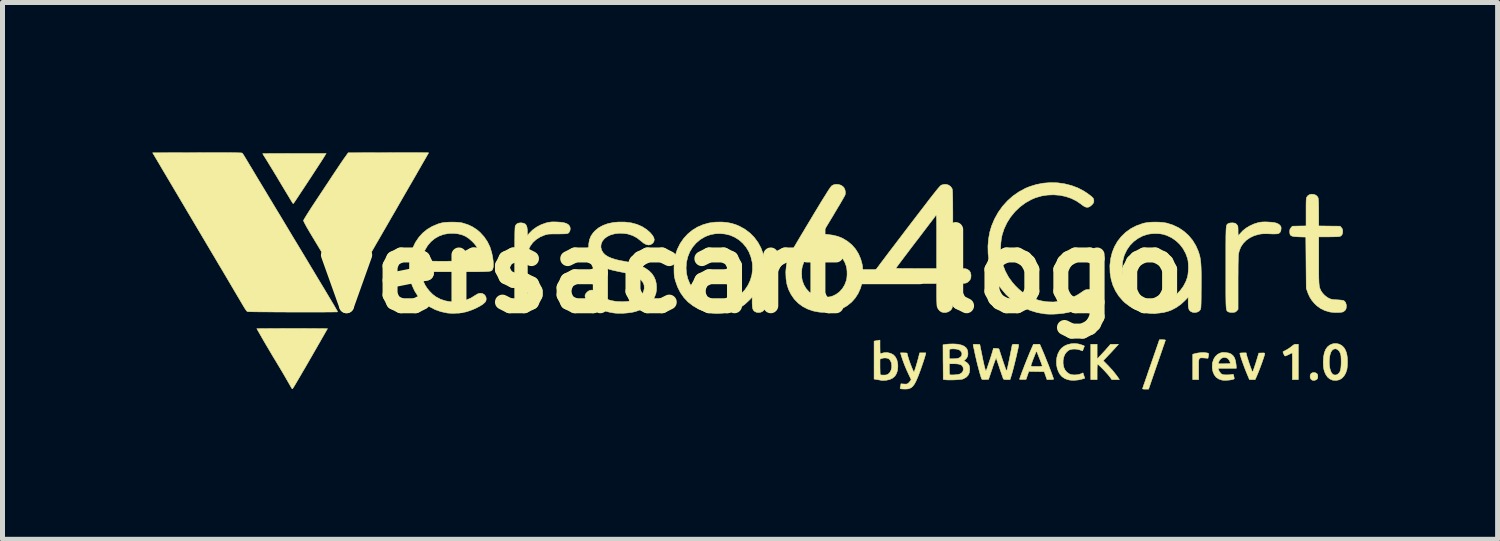
<source format=kicad_pcb>
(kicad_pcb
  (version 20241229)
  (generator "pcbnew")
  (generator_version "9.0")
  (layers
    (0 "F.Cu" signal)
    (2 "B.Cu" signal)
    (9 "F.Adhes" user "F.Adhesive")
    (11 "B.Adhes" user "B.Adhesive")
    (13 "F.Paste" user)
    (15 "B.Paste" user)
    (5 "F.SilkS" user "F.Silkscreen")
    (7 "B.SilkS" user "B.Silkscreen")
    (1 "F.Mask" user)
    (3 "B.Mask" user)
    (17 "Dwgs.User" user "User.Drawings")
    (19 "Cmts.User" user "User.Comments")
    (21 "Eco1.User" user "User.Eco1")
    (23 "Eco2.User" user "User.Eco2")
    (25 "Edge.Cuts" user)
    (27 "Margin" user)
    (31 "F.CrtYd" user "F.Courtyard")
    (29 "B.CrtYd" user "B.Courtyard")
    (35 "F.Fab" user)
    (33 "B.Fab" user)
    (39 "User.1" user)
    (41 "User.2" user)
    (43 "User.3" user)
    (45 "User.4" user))
  (footprint "versacart-logo"
    (layer "F.Cu")
    (at 11.978 2.38)
    (property "Reference" "versacart-logo" (at 0 0 0) (layer "F.SilkS") (effects (font (size 1.524 1.524) (thickness 0.3))))
    (attr through_hole)
    (fp_poly (pts (xy 11.297 2.03) (xy 11.31 2.035) (xy 11.334 2.053) (xy 11.346 2.075) (xy 11.348 2.105) (xy 11.345 2.138) (xy 11.332 2.159) (xy 11.311 2.173) (xy 11.278 2.185) (xy 11.245 2.181) (xy 11.233 2.177) (xy 11.211 2.159) (xy 11.197 2.131) (xy 11.194 2.097) (xy 11.201 2.065) (xy 11.208 2.053) (xy 11.231 2.034) (xy 11.263 2.026) (xy 11.297 2.03)) (stroke (width 0.01) (type solid)) (fill yes) (layer "F.SilkS"))
    (fp_poly (pts (xy 9.084 1.628) (xy 9.124 1.633) (xy 9.148 1.638) (xy 9.161 1.646) (xy 9.164 1.658) (xy 9.162 1.678) (xy 9.159 1.692) (xy 9.15 1.741) (xy 9.076 1.735) (xy 9.042 1.733) (xy 9.015 1.732) (xy 8.995 1.735) (xy 8.981 1.743) (xy 8.971 1.759) (xy 8.966 1.784) (xy 8.963 1.821) (xy 8.963 1.872) (xy 8.963 1.938) (xy 8.963 1.96) (xy 8.963 2.168) (xy 8.845 2.168) (xy 8.845 1.661) (xy 8.874 1.652) (xy 8.916 1.641) (xy 8.965 1.633) (xy 9.016 1.628) (xy 9.061 1.626) (xy 9.084 1.628)) (stroke (width 0.01) (type solid)) (fill yes) (layer "F.SilkS"))
    (fp_poly (pts (xy 8.274 1.371) (xy 8.293 1.374) (xy 8.298 1.38) (xy 8.298 1.381) (xy 8.294 1.392) (xy 8.285 1.418) (xy 8.272 1.458) (xy 8.253 1.51) (xy 8.232 1.573) (xy 8.207 1.646) (xy 8.179 1.726) (xy 8.149 1.813) (xy 8.127 1.876) (xy 7.961 2.359) (xy 7.898 2.359) (xy 7.864 2.358) (xy 7.845 2.355) (xy 7.84 2.349) (xy 7.84 2.347) (xy 7.844 2.337) (xy 7.853 2.311) (xy 7.866 2.271) (xy 7.885 2.218) (xy 7.907 2.155) (xy 7.932 2.082) (xy 7.959 2.002) (xy 7.989 1.916) (xy 8.011 1.853) (xy 8.178 1.37) (xy 8.24 1.37) (xy 8.274 1.371)) (stroke (width 0.01) (type solid)) (fill yes) (layer "F.SilkS"))
    (fp_poly (pts (xy 10.958 2.168) (xy 10.84 2.168) (xy 10.84 1.9) (xy 10.84 1.833) (xy 10.84 1.772) (xy 10.839 1.719) (xy 10.838 1.677) (xy 10.837 1.648) (xy 10.836 1.634) (xy 10.836 1.633) (xy 10.826 1.637) (xy 10.804 1.647) (xy 10.775 1.661) (xy 10.768 1.665) (xy 10.736 1.68) (xy 10.71 1.691) (xy 10.694 1.696) (xy 10.693 1.696) (xy 10.685 1.689) (xy 10.674 1.671) (xy 10.663 1.648) (xy 10.654 1.627) (xy 10.651 1.612) (xy 10.652 1.61) (xy 10.661 1.605) (xy 10.681 1.594) (xy 10.71 1.579) (xy 10.718 1.575) (xy 10.757 1.552) (xy 10.797 1.525) (xy 10.828 1.501) (xy 10.856 1.479) (xy 10.877 1.466) (xy 10.897 1.461) (xy 10.917 1.46) (xy 10.958 1.46) (xy 10.958 2.168)) (stroke (width 0.01) (type solid)) (fill yes) (layer "F.SilkS"))
    (fp_poly (pts (xy 6.931 1.608) (xy 6.931 1.755) (xy 7.013 1.669) (xy 7.049 1.63) (xy 7.088 1.588) (xy 7.122 1.549) (xy 7.146 1.522) (xy 7.198 1.462) (xy 7.279 1.461) (xy 7.359 1.46) (xy 7.292 1.535) (xy 7.259 1.571) (xy 7.218 1.616) (xy 7.175 1.661) (xy 7.139 1.699) (xy 7.053 1.789) (xy 7.149 1.886) (xy 7.243 1.987) (xy 7.324 2.09) (xy 7.361 2.143) (xy 7.377 2.168) (xy 7.225 2.168) (xy 7.184 2.111) (xy 7.165 2.087) (xy 7.138 2.055) (xy 7.106 2.02) (xy 7.072 1.983) (xy 7.037 1.947) (xy 7.004 1.914) (xy 6.975 1.887) (xy 6.954 1.868) (xy 6.941 1.86) (xy 6.941 1.86) (xy 6.937 1.867) (xy 6.934 1.889) (xy 6.932 1.928) (xy 6.931 1.983) (xy 6.931 2.014) (xy 6.931 2.168) (xy 6.804 2.168) (xy 6.804 1.46) (xy 6.931 1.46) (xy 6.931 1.608)) (stroke (width 0.01) (type solid)) (fill yes) (layer "F.SilkS"))
    (fp_poly (pts (xy -9.085 1.144) (xy -8.97 1.144) (xy -8.865 1.145) (xy -8.827 1.145) (xy -8.473 1.148) (xy -8.72 1.579) (xy -8.784 1.69) (xy -8.845 1.796) (xy -8.903 1.897) (xy -8.958 1.99) (xy -9.007 2.075) (xy -9.052 2.151) (xy -9.09 2.216) (xy -9.122 2.27) (xy -9.146 2.31) (xy -9.163 2.337) (xy -9.167 2.343) (xy -9.175 2.352) (xy -9.182 2.35) (xy -9.192 2.336) (xy -9.201 2.321) (xy -9.213 2.299) (xy -9.232 2.266) (xy -9.256 2.224) (xy -9.283 2.178) (xy -9.299 2.15) (xy -9.324 2.106) (xy -9.356 2.051) (xy -9.394 1.987) (xy -9.435 1.919) (xy -9.476 1.85) (xy -9.514 1.787) (xy -9.558 1.715) (xy -9.606 1.634) (xy -9.655 1.551) (xy -9.703 1.47) (xy -9.746 1.397) (xy -9.772 1.352) (xy -9.888 1.148) (xy -9.534 1.145) (xy -9.435 1.145) (xy -9.323 1.144) (xy -9.205 1.144) (xy -9.085 1.144)) (stroke (width 0.01) (type solid)) (fill yes) (layer "F.SilkS"))
    (fp_poly (pts (xy 9.92 1.662) (xy 9.926 1.687) (xy 9.936 1.722) (xy 9.95 1.765) (xy 9.965 1.812) (xy 9.981 1.86) (xy 9.997 1.906) (xy 10.013 1.948) (xy 10.026 1.983) (xy 10.035 2.006) (xy 10.041 2.017) (xy 10.042 2.017) (xy 10.049 2.003) (xy 10.06 1.975) (xy 10.074 1.934) (xy 10.091 1.884) (xy 10.11 1.826) (xy 10.129 1.764) (xy 10.133 1.751) (xy 10.167 1.637) (xy 10.227 1.635) (xy 10.261 1.634) (xy 10.28 1.637) (xy 10.287 1.643) (xy 10.287 1.644) (xy 10.284 1.662) (xy 10.275 1.695) (xy 10.261 1.739) (xy 10.243 1.791) (xy 10.223 1.849) (xy 10.2 1.91) (xy 10.177 1.971) (xy 10.154 2.029) (xy 10.132 2.082) (xy 10.117 2.116) (xy 10.094 2.168) (xy 9.98 2.168) (xy 9.937 2.066) (xy 9.913 2.008) (xy 9.889 1.946) (xy 9.865 1.883) (xy 9.843 1.822) (xy 9.823 1.765) (xy 9.807 1.715) (xy 9.795 1.676) (xy 9.789 1.649) (xy 9.788 1.64) (xy 9.796 1.637) (xy 9.818 1.634) (xy 9.849 1.633) (xy 9.851 1.633) (xy 9.914 1.633) (xy 9.92 1.662)) (stroke (width 0.01) (type solid)) (fill yes) (layer "F.SilkS"))
    (fp_poly (pts (xy -8.551 -2.275) (xy -8.563 -2.256) (xy -8.584 -2.224) (xy -8.611 -2.181) (xy -8.645 -2.13) (xy -8.684 -2.07) (xy -8.726 -2.005) (xy -8.772 -1.935) (xy -8.819 -1.863) (xy -8.867 -1.79) (xy -8.915 -1.717) (xy -8.961 -1.647) (xy -9.005 -1.581) (xy -9.045 -1.52) (xy -9.08 -1.467) (xy -9.11 -1.422) (xy -9.133 -1.388) (xy -9.148 -1.366) (xy -9.153 -1.358) (xy -9.163 -1.358) (xy -9.168 -1.363) (xy -9.175 -1.373) (xy -9.19 -1.397) (xy -9.212 -1.433) (xy -9.24 -1.48) (xy -9.274 -1.537) (xy -9.313 -1.601) (xy -9.355 -1.671) (xy -9.4 -1.746) (xy -9.448 -1.826) (xy -9.495 -1.905) (xy -9.541 -1.981) (xy -9.584 -2.052) (xy -9.623 -2.115) (xy -9.656 -2.169) (xy -9.682 -2.212) (xy -9.696 -2.234) (xy -9.722 -2.275) (xy -9.743 -2.309) (xy -9.76 -2.336) (xy -9.769 -2.352) (xy -9.77 -2.354) (xy -9.761 -2.355) (xy -9.736 -2.356) (xy -9.695 -2.356) (xy -9.64 -2.357) (xy -9.573 -2.357) (xy -9.496 -2.358) (xy -9.408 -2.358) (xy -9.313 -2.358) (xy -9.212 -2.359) (xy -9.135 -2.359) (xy -8.5 -2.359) (xy -8.551 -2.275)) (stroke (width 0.01) (type solid)) (fill yes) (layer "F.SilkS"))
    (fp_poly (pts (xy 6.558 1.454) (xy 6.631 1.476) (xy 6.638 1.479) (xy 6.677 1.496) (xy 6.659 1.544) (xy 6.649 1.57) (xy 6.642 1.588) (xy 6.64 1.593) (xy 6.633 1.591) (xy 6.613 1.584) (xy 6.593 1.576) (xy 6.542 1.562) (xy 6.487 1.556) (xy 6.432 1.559) (xy 6.386 1.57) (xy 6.371 1.576) (xy 6.325 1.61) (xy 6.289 1.657) (xy 6.264 1.714) (xy 6.251 1.779) (xy 6.25 1.848) (xy 6.263 1.919) (xy 6.265 1.924) (xy 6.29 1.978) (xy 6.328 2.022) (xy 6.376 2.055) (xy 6.417 2.069) (xy 6.466 2.074) (xy 6.521 2.072) (xy 6.575 2.063) (xy 6.619 2.047) (xy 6.622 2.046) (xy 6.648 2.032) (xy 6.666 2.086) (xy 6.684 2.141) (xy 6.625 2.159) (xy 6.566 2.173) (xy 6.501 2.18) (xy 6.437 2.182) (xy 6.381 2.177) (xy 6.368 2.174) (xy 6.332 2.164) (xy 6.297 2.152) (xy 6.282 2.145) (xy 6.23 2.11) (xy 6.188 2.063) (xy 6.155 2.005) (xy 6.132 1.939) (xy 6.119 1.869) (xy 6.117 1.796) (xy 6.125 1.724) (xy 6.145 1.656) (xy 6.176 1.593) (xy 6.218 1.54) (xy 6.272 1.498) (xy 6.336 1.468) (xy 6.408 1.451) (xy 6.483 1.446) (xy 6.558 1.454)) (stroke (width 0.01) (type solid)) (fill yes) (layer "F.SilkS"))
    (fp_poly (pts (xy 2.585 1.515) (xy 2.586 1.568) (xy 2.586 1.606) (xy 2.588 1.63) (xy 2.591 1.644) (xy 2.595 1.648) (xy 2.598 1.648) (xy 2.663 1.63) (xy 2.725 1.626) (xy 2.738 1.628) (xy 2.801 1.643) (xy 2.854 1.672) (xy 2.894 1.715) (xy 2.923 1.771) (xy 2.939 1.84) (xy 2.943 1.9) (xy 2.937 1.978) (xy 2.917 2.044) (xy 2.884 2.098) (xy 2.838 2.138) (xy 2.78 2.166) (xy 2.71 2.181) (xy 2.688 2.182) (xy 2.653 2.184) (xy 2.625 2.184) (xy 2.609 2.183) (xy 2.608 2.183) (xy 2.595 2.179) (xy 2.57 2.175) (xy 2.537 2.169) (xy 2.533 2.168) (xy 2.467 2.157) (xy 2.467 1.759) (xy 2.585 1.759) (xy 2.585 1.912) (xy 2.586 1.963) (xy 2.587 2.008) (xy 2.588 2.043) (xy 2.59 2.065) (xy 2.591 2.071) (xy 2.603 2.074) (xy 2.627 2.077) (xy 2.658 2.077) (xy 2.697 2.076) (xy 2.724 2.07) (xy 2.748 2.058) (xy 2.75 2.057) (xy 2.783 2.025) (xy 2.806 1.981) (xy 2.819 1.931) (xy 2.82 1.879) (xy 2.812 1.828) (xy 2.791 1.784) (xy 2.768 1.756) (xy 2.742 1.742) (xy 2.705 1.735) (xy 2.664 1.735) (xy 2.627 1.742) (xy 2.619 1.745) (xy 2.585 1.759) (xy 2.467 1.759) (xy 2.467 1.398) (xy 2.492 1.393) (xy 2.519 1.388) (xy 2.549 1.383) (xy 2.551 1.383) (xy 2.585 1.377) (xy 2.585 1.515)) (stroke (width 0.01) (type solid)) (fill yes) (layer "F.SilkS"))
    (fp_poly (pts (xy 3.098 1.634) (xy 3.119 1.636) (xy 3.128 1.641) (xy 3.13 1.646) (xy 3.133 1.665) (xy 3.141 1.695) (xy 3.153 1.735) (xy 3.167 1.78) (xy 3.184 1.828) (xy 3.202 1.876) (xy 3.219 1.921) (xy 3.236 1.961) (xy 3.25 1.992) (xy 3.26 2.012) (xy 3.266 2.017) (xy 3.266 2.017) (xy 3.272 2.005) (xy 3.281 1.979) (xy 3.294 1.941) (xy 3.308 1.895) (xy 3.323 1.844) (xy 3.338 1.792) (xy 3.352 1.74) (xy 3.358 1.717) (xy 3.379 1.633) (xy 3.503 1.633) (xy 3.497 1.662) (xy 3.489 1.691) (xy 3.477 1.733) (xy 3.46 1.785) (xy 3.44 1.845) (xy 3.419 1.907) (xy 3.397 1.97) (xy 3.375 2.029) (xy 3.356 2.081) (xy 3.339 2.123) (xy 3.307 2.196) (xy 3.277 2.253) (xy 3.246 2.296) (xy 3.214 2.326) (xy 3.178 2.345) (xy 3.137 2.355) (xy 3.089 2.357) (xy 3.088 2.357) (xy 3.053 2.356) (xy 3.022 2.354) (xy 3.004 2.352) (xy 2.989 2.345) (xy 2.988 2.334) (xy 2.993 2.317) (xy 2.998 2.291) (xy 2.999 2.286) (xy 3.005 2.252) (xy 3.065 2.256) (xy 3.099 2.258) (xy 3.122 2.256) (xy 3.139 2.249) (xy 3.151 2.24) (xy 3.174 2.218) (xy 3.193 2.193) (xy 3.209 2.167) (xy 3.152 2.047) (xy 3.114 1.964) (xy 3.077 1.875) (xy 3.044 1.787) (xy 3.017 1.707) (xy 3.009 1.68) (xy 2.995 1.633) (xy 3.062 1.633) (xy 3.098 1.634)) (stroke (width 0.01) (type solid)) (fill yes) (layer "F.SilkS"))
    (fp_poly (pts (xy 5.83 1.567) (xy 5.853 1.62) (xy 5.878 1.68) (xy 5.904 1.745) (xy 5.931 1.812) (xy 5.958 1.879) (xy 5.983 1.944) (xy 6.006 2.004) (xy 6.026 2.058) (xy 6.042 2.103) (xy 6.054 2.136) (xy 6.059 2.156) (xy 6.06 2.159) (xy 6.051 2.164) (xy 6.028 2.167) (xy 5.995 2.168) (xy 5.994 2.168) (xy 5.928 2.168) (xy 5.9 2.089) (xy 5.872 2.009) (xy 5.564 2.004) (xy 5.536 2.084) (xy 5.509 2.164) (xy 5.444 2.166) (xy 5.407 2.166) (xy 5.385 2.164) (xy 5.379 2.159) (xy 5.383 2.145) (xy 5.392 2.116) (xy 5.407 2.076) (xy 5.425 2.025) (xy 5.448 1.966) (xy 5.473 1.902) (xy 5.477 1.892) (xy 5.606 1.892) (xy 5.609 1.898) (xy 5.62 1.901) (xy 5.642 1.904) (xy 5.677 1.905) (xy 5.72 1.905) (xy 5.77 1.905) (xy 5.804 1.903) (xy 5.824 1.9) (xy 5.832 1.895) (xy 5.833 1.894) (xy 5.829 1.882) (xy 5.82 1.856) (xy 5.807 1.82) (xy 5.79 1.775) (xy 5.775 1.738) (xy 5.718 1.593) (xy 5.689 1.662) (xy 5.669 1.713) (xy 5.649 1.763) (xy 5.632 1.81) (xy 5.618 1.849) (xy 5.609 1.877) (xy 5.606 1.892) (xy 5.477 1.892) (xy 5.499 1.835) (xy 5.526 1.767) (xy 5.553 1.701) (xy 5.579 1.638) (xy 5.603 1.581) (xy 5.624 1.532) (xy 5.625 1.531) (xy 5.656 1.461) (xy 5.72 1.461) (xy 5.783 1.46) (xy 5.83 1.567)) (stroke (width 0.01) (type solid)) (fill yes) (layer "F.SilkS"))
    (fp_poly (pts (xy 11.773 1.457) (xy 11.826 1.484) (xy 11.87 1.526) (xy 11.896 1.568) (xy 11.918 1.62) (xy 11.932 1.676) (xy 11.94 1.741) (xy 11.942 1.814) (xy 11.941 1.862) (xy 11.938 1.909) (xy 11.933 1.948) (xy 11.93 1.968) (xy 11.905 2.041) (xy 11.87 2.099) (xy 11.827 2.143) (xy 11.776 2.172) (xy 11.717 2.184) (xy 11.653 2.18) (xy 11.64 2.177) (xy 11.59 2.156) (xy 11.545 2.119) (xy 11.509 2.067) (xy 11.505 2.059) (xy 11.484 2.012) (xy 11.47 1.965) (xy 11.461 1.912) (xy 11.458 1.848) (xy 11.457 1.811) (xy 11.458 1.804) (xy 11.577 1.804) (xy 11.579 1.873) (xy 11.588 1.936) (xy 11.603 1.99) (xy 11.623 2.033) (xy 11.648 2.062) (xy 11.65 2.063) (xy 11.683 2.076) (xy 11.719 2.074) (xy 11.753 2.056) (xy 11.755 2.054) (xy 11.777 2.032) (xy 11.793 2.005) (xy 11.804 1.97) (xy 11.811 1.925) (xy 11.815 1.866) (xy 11.816 1.814) (xy 11.815 1.757) (xy 11.813 1.715) (xy 11.81 1.683) (xy 11.805 1.658) (xy 11.799 1.64) (xy 11.777 1.599) (xy 11.747 1.569) (xy 11.714 1.553) (xy 11.699 1.551) (xy 11.662 1.559) (xy 11.632 1.583) (xy 11.608 1.623) (xy 11.591 1.679) (xy 11.582 1.733) (xy 11.577 1.804) (xy 11.458 1.804) (xy 11.463 1.714) (xy 11.479 1.632) (xy 11.505 1.565) (xy 11.542 1.513) (xy 11.59 1.475) (xy 11.647 1.452) (xy 11.653 1.45) (xy 11.715 1.445) (xy 11.773 1.457)) (stroke (width 0.01) (type solid)) (fill yes) (layer "F.SilkS"))
    (fp_poly (pts (xy 9.497 1.626) (xy 9.561 1.635) (xy 9.613 1.656) (xy 9.653 1.69) (xy 9.683 1.736) (xy 9.702 1.798) (xy 9.713 1.871) (xy 9.718 1.941) (xy 9.351 1.941) (xy 9.358 1.962) (xy 9.377 2.006) (xy 9.407 2.043) (xy 9.419 2.054) (xy 9.435 2.063) (xy 9.454 2.069) (xy 9.482 2.072) (xy 9.522 2.073) (xy 9.523 2.073) (xy 9.563 2.072) (xy 9.6 2.07) (xy 9.626 2.066) (xy 9.631 2.065) (xy 9.65 2.062) (xy 9.659 2.066) (xy 9.664 2.084) (xy 9.666 2.093) (xy 9.671 2.119) (xy 9.675 2.14) (xy 9.676 2.142) (xy 9.673 2.153) (xy 9.658 2.161) (xy 9.639 2.167) (xy 9.594 2.175) (xy 9.543 2.18) (xy 9.491 2.182) (xy 9.446 2.18) (xy 9.427 2.177) (xy 9.365 2.156) (xy 9.314 2.121) (xy 9.276 2.072) (xy 9.25 2.012) (xy 9.236 1.939) (xy 9.235 1.899) (xy 9.239 1.851) (xy 9.354 1.851) (xy 9.476 1.851) (xy 9.528 1.85) (xy 9.564 1.849) (xy 9.586 1.846) (xy 9.596 1.842) (xy 9.597 1.839) (xy 9.591 1.813) (xy 9.575 1.782) (xy 9.555 1.754) (xy 9.535 1.738) (xy 9.492 1.724) (xy 9.45 1.727) (xy 9.412 1.746) (xy 9.382 1.779) (xy 9.361 1.824) (xy 9.361 1.825) (xy 9.354 1.851) (xy 9.239 1.851) (xy 9.242 1.826) (xy 9.263 1.761) (xy 9.296 1.707) (xy 9.341 1.664) (xy 9.381 1.642) (xy 9.411 1.631) (xy 9.44 1.625) (xy 9.474 1.625) (xy 9.497 1.626)) (stroke (width 0.01) (type solid)) (fill yes) (layer "F.SilkS"))
    (fp_poly (pts (xy 4.111 1.457) (xy 4.139 1.459) (xy 4.211 1.475) (xy 4.267 1.498) (xy 4.308 1.53) (xy 4.333 1.571) (xy 4.343 1.615) (xy 4.345 1.666) (xy 4.336 1.706) (xy 4.317 1.74) (xy 4.299 1.759) (xy 4.264 1.794) (xy 4.29 1.805) (xy 4.324 1.827) (xy 4.355 1.859) (xy 4.372 1.89) (xy 4.377 1.913) (xy 4.381 1.946) (xy 4.381 1.967) (xy 4.374 2.027) (xy 4.351 2.078) (xy 4.314 2.118) (xy 4.261 2.149) (xy 4.245 2.156) (xy 4.221 2.161) (xy 4.183 2.166) (xy 4.135 2.17) (xy 4.082 2.173) (xy 4.027 2.175) (xy 3.974 2.175) (xy 3.928 2.174) (xy 3.893 2.171) (xy 3.883 2.17) (xy 3.851 2.164) (xy 3.849 1.851) (xy 3.973 1.851) (xy 3.973 1.959) (xy 3.974 2.005) (xy 3.975 2.037) (xy 3.977 2.056) (xy 3.981 2.066) (xy 3.988 2.071) (xy 3.989 2.072) (xy 4.011 2.074) (xy 4.046 2.074) (xy 4.086 2.072) (xy 4.127 2.068) (xy 4.161 2.062) (xy 4.184 2.056) (xy 4.222 2.032) (xy 4.246 1.999) (xy 4.254 1.959) (xy 4.247 1.918) (xy 4.241 1.906) (xy 4.222 1.882) (xy 4.192 1.866) (xy 4.148 1.855) (xy 4.09 1.851) (xy 4.064 1.851) (xy 3.973 1.851) (xy 3.849 1.851) (xy 3.848 1.818) (xy 3.847 1.561) (xy 3.973 1.561) (xy 3.973 1.751) (xy 4.05 1.751) (xy 4.108 1.748) (xy 4.152 1.74) (xy 4.164 1.736) (xy 4.199 1.714) (xy 4.22 1.685) (xy 4.226 1.652) (xy 4.217 1.619) (xy 4.193 1.589) (xy 4.166 1.57) (xy 4.141 1.562) (xy 4.105 1.556) (xy 4.064 1.553) (xy 4.027 1.553) (xy 4.006 1.555) (xy 3.973 1.561) (xy 3.847 1.561) (xy 3.846 1.472) (xy 3.876 1.466) (xy 3.929 1.459) (xy 3.991 1.455) (xy 4.054 1.454) (xy 4.111 1.457)) (stroke (width 0.01) (type solid)) (fill yes) (layer "F.SilkS"))
    (fp_poly (pts (xy -6.815 -2.375) (xy -6.725 -2.375) (xy -6.646 -2.375) (xy -6.578 -2.374) (xy -6.523 -2.374) (xy -6.482 -2.373) (xy -6.458 -2.372) (xy -6.45 -2.372) (xy -6.454 -2.363) (xy -6.467 -2.34) (xy -6.488 -2.304) (xy -6.516 -2.254) (xy -6.552 -2.193) (xy -6.593 -2.121) (xy -6.64 -2.039) (xy -6.692 -1.948) (xy -6.749 -1.849) (xy -6.81 -1.744) (xy -6.874 -1.633) (xy -6.941 -1.517) (xy -6.975 -1.458) (xy -7.05 -1.328) (xy -7.127 -1.193) (xy -7.206 -1.058) (xy -7.284 -0.921) (xy -7.362 -0.787) (xy -7.437 -0.656) (xy -7.51 -0.531) (xy -7.578 -0.412) (xy -7.641 -0.303) (xy -7.698 -0.204) (xy -7.748 -0.118) (xy -7.779 -0.064) (xy -7.829 0.023) (xy -7.876 0.105) (xy -7.92 0.181) (xy -7.96 0.25) (xy -7.995 0.31) (xy -8.024 0.361) (xy -8.047 0.4) (xy -8.062 0.426) (xy -8.069 0.438) (xy -8.07 0.439) (xy -8.079 0.449) (xy -8.086 0.446) (xy -8.095 0.434) (xy -8.104 0.42) (xy -8.121 0.392) (xy -8.146 0.351) (xy -8.177 0.299) (xy -8.214 0.237) (xy -8.256 0.168) (xy -8.302 0.091) (xy -8.352 0.01) (xy -8.403 -0.076) (xy -8.456 -0.163) (xy -8.509 -0.251) (xy -8.562 -0.339) (xy -8.613 -0.424) (xy -8.662 -0.506) (xy -8.708 -0.582) (xy -8.75 -0.652) (xy -8.787 -0.713) (xy -8.818 -0.765) (xy -8.842 -0.806) (xy -8.857 -0.831) (xy -8.886 -0.881) (xy -8.911 -0.927) (xy -8.932 -0.966) (xy -8.946 -0.995) (xy -8.953 -1.012) (xy -8.954 -1.015) (xy -8.949 -1.026) (xy -8.935 -1.052) (xy -8.913 -1.088) (xy -8.884 -1.135) (xy -8.85 -1.189) (xy -8.811 -1.25) (xy -8.768 -1.316) (xy -8.755 -1.336) (xy -8.661 -1.478) (xy -8.576 -1.606) (xy -8.5 -1.721) (xy -8.433 -1.822) (xy -8.374 -1.912) (xy -8.322 -1.99) (xy -8.276 -2.058) (xy -8.237 -2.117) (xy -8.204 -2.166) (xy -8.175 -2.208) (xy -8.152 -2.242) (xy -8.132 -2.27) (xy -8.13 -2.272) (xy -8.059 -2.372) (xy -7.255 -2.374) (xy -7.135 -2.375) (xy -7.022 -2.375) (xy -6.914 -2.375) (xy -6.815 -2.375)) (stroke (width 0.01) (type solid)) (fill yes) (layer "F.SilkS"))
    (fp_poly (pts (xy 11.264 -1.54) (xy 11.302 -1.527) (xy 11.334 -1.504) (xy 11.354 -1.471) (xy 11.355 -1.469) (xy 11.358 -1.449) (xy 11.361 -1.414) (xy 11.364 -1.361) (xy 11.365 -1.292) (xy 11.366 -1.205) (xy 11.366 -1.173) (xy 11.367 -0.908) (xy 11.58 -0.905) (xy 11.794 -0.903) (xy 11.821 -0.873) (xy 11.837 -0.851) (xy 11.845 -0.828) (xy 11.847 -0.797) (xy 11.847 -0.796) (xy 11.842 -0.753) (xy 11.825 -0.721) (xy 11.796 -0.7) (xy 11.779 -0.696) (xy 11.744 -0.693) (xy 11.692 -0.691) (xy 11.625 -0.69) (xy 11.571 -0.689) (xy 11.367 -0.689) (xy 11.367 -0.215) (xy 11.367 -0.105) (xy 11.367 -0.012) (xy 11.367 0.067) (xy 11.368 0.133) (xy 11.37 0.187) (xy 11.372 0.231) (xy 11.375 0.266) (xy 11.378 0.295) (xy 11.383 0.319) (xy 11.389 0.339) (xy 11.396 0.357) (xy 11.405 0.376) (xy 11.411 0.389) (xy 11.442 0.435) (xy 11.484 0.48) (xy 11.533 0.519) (xy 11.573 0.542) (xy 11.599 0.553) (xy 11.624 0.56) (xy 11.654 0.565) (xy 11.694 0.569) (xy 11.738 0.571) (xy 11.795 0.575) (xy 11.838 0.58) (xy 11.865 0.586) (xy 11.871 0.589) (xy 11.9 0.618) (xy 11.916 0.66) (xy 11.92 0.701) (xy 11.914 0.748) (xy 11.894 0.783) (xy 11.86 0.809) (xy 11.851 0.813) (xy 11.824 0.819) (xy 11.785 0.823) (xy 11.737 0.825) (xy 11.686 0.824) (xy 11.636 0.82) (xy 11.592 0.815) (xy 11.58 0.812) (xy 11.485 0.784) (xy 11.402 0.743) (xy 11.326 0.687) (xy 11.278 0.64) (xy 11.229 0.582) (xy 11.19 0.521) (xy 11.157 0.451) (xy 11.143 0.413) (xy 11.117 0.34) (xy 11.108 -0.685) (xy 10.976 -0.689) (xy 10.913 -0.692) (xy 10.865 -0.697) (xy 10.831 -0.705) (xy 10.808 -0.717) (xy 10.794 -0.735) (xy 10.788 -0.76) (xy 10.786 -0.793) (xy 10.786 -0.798) (xy 10.788 -0.83) (xy 10.797 -0.853) (xy 10.812 -0.873) (xy 10.839 -0.903) (xy 10.976 -0.906) (xy 11.113 -0.908) (xy 11.113 -1.181) (xy 11.113 -1.26) (xy 11.113 -1.324) (xy 11.114 -1.374) (xy 11.115 -1.411) (xy 11.117 -1.439) (xy 11.12 -1.46) (xy 11.123 -1.474) (xy 11.127 -1.484) (xy 11.151 -1.515) (xy 11.184 -1.535) (xy 11.223 -1.543) (xy 11.264 -1.54)) (stroke (width 0.01) (type solid)) (fill yes) (layer "F.SilkS"))
    (fp_poly (pts (xy -3.883 -0.987) (xy -3.804 -0.982) (xy -3.74 -0.972) (xy -3.691 -0.957) (xy -3.656 -0.937) (xy -3.631 -0.91) (xy -3.619 -0.884) (xy -3.614 -0.847) (xy -3.622 -0.809) (xy -3.639 -0.778) (xy -3.653 -0.764) (xy -3.664 -0.759) (xy -3.677 -0.755) (xy -3.697 -0.752) (xy -3.725 -0.75) (xy -3.764 -0.749) (xy -3.817 -0.748) (xy -3.869 -0.748) (xy -3.933 -0.748) (xy -3.982 -0.747) (xy -4.02 -0.746) (xy -4.049 -0.744) (xy -4.073 -0.74) (xy -4.095 -0.735) (xy -4.118 -0.728) (xy -4.133 -0.723) (xy -4.22 -0.686) (xy -4.298 -0.636) (xy -4.363 -0.576) (xy -4.414 -0.507) (xy -4.451 -0.43) (xy -4.458 -0.409) (xy -4.461 -0.396) (xy -4.464 -0.381) (xy -4.466 -0.36) (xy -4.468 -0.334) (xy -4.469 -0.299) (xy -4.47 -0.256) (xy -4.471 -0.202) (xy -4.472 -0.136) (xy -4.472 -0.057) (xy -4.472 0.037) (xy -4.472 0.147) (xy -4.472 0.176) (xy -4.472 0.291) (xy -4.473 0.396) (xy -4.474 0.489) (xy -4.475 0.569) (xy -4.476 0.636) (xy -4.477 0.688) (xy -4.479 0.724) (xy -4.481 0.743) (xy -4.481 0.745) (xy -4.499 0.783) (xy -4.527 0.808) (xy -4.567 0.821) (xy -4.588 0.823) (xy -4.633 0.822) (xy -4.668 0.813) (xy -4.67 0.812) (xy -4.679 0.808) (xy -4.688 0.804) (xy -4.695 0.799) (xy -4.701 0.792) (xy -4.707 0.782) (xy -4.711 0.767) (xy -4.715 0.747) (xy -4.718 0.72) (xy -4.721 0.686) (xy -4.722 0.643) (xy -4.724 0.59) (xy -4.725 0.526) (xy -4.726 0.45) (xy -4.726 0.361) (xy -4.726 0.257) (xy -4.726 0.139) (xy -4.726 0.003) (xy -4.726 -0.073) (xy -4.726 -0.215) (xy -4.726 -0.341) (xy -4.726 -0.451) (xy -4.725 -0.546) (xy -4.725 -0.627) (xy -4.724 -0.696) (xy -4.724 -0.752) (xy -4.723 -0.799) (xy -4.721 -0.835) (xy -4.72 -0.864) (xy -4.718 -0.885) (xy -4.716 -0.899) (xy -4.714 -0.909) (xy -4.713 -0.911) (xy -4.691 -0.943) (xy -4.657 -0.963) (xy -4.611 -0.97) (xy -4.589 -0.969) (xy -4.547 -0.962) (xy -4.515 -0.946) (xy -4.494 -0.92) (xy -4.48 -0.881) (xy -4.473 -0.828) (xy -4.472 -0.786) (xy -4.472 -0.715) (xy -4.437 -0.758) (xy -4.369 -0.826) (xy -4.288 -0.885) (xy -4.197 -0.933) (xy -4.098 -0.968) (xy -4.083 -0.972) (xy -4.047 -0.98) (xy -4.014 -0.985) (xy -3.978 -0.988) (xy -3.935 -0.988) (xy -3.883 -0.987)) (stroke (width 0.01) (type solid)) (fill yes) (layer "F.SilkS"))
    (fp_poly (pts (xy 10.352 -0.987) (xy 10.353 -0.986) (xy 10.423 -0.982) (xy 10.478 -0.975) (xy 10.521 -0.964) (xy 10.555 -0.949) (xy 10.584 -0.928) (xy 10.586 -0.925) (xy 10.604 -0.905) (xy 10.612 -0.884) (xy 10.614 -0.858) (xy 10.608 -0.811) (xy 10.59 -0.776) (xy 10.562 -0.755) (xy 10.558 -0.754) (xy 10.533 -0.75) (xy 10.491 -0.748) (xy 10.43 -0.748) (xy 10.388 -0.75) (xy 10.326 -0.752) (xy 10.278 -0.752) (xy 10.239 -0.75) (xy 10.203 -0.746) (xy 10.169 -0.74) (xy 10.075 -0.713) (xy 9.991 -0.673) (xy 9.917 -0.622) (xy 9.856 -0.56) (xy 9.808 -0.489) (xy 9.776 -0.409) (xy 9.761 -0.342) (xy 9.759 -0.318) (xy 9.757 -0.277) (xy 9.756 -0.221) (xy 9.754 -0.151) (xy 9.753 -0.07) (xy 9.753 0.023) (xy 9.752 0.124) (xy 9.752 0.232) (xy 9.752 0.245) (xy 9.752 0.762) (xy 9.726 0.791) (xy 9.709 0.807) (xy 9.693 0.816) (xy 9.669 0.821) (xy 9.642 0.823) (xy 9.597 0.822) (xy 9.565 0.815) (xy 9.559 0.812) (xy 9.55 0.807) (xy 9.543 0.803) (xy 9.536 0.797) (xy 9.53 0.79) (xy 9.525 0.78) (xy 9.521 0.765) (xy 9.517 0.745) (xy 9.514 0.719) (xy 9.512 0.685) (xy 9.51 0.643) (xy 9.509 0.591) (xy 9.508 0.528) (xy 9.507 0.453) (xy 9.507 0.365) (xy 9.507 0.263) (xy 9.507 0.146) (xy 9.507 0.012) (xy 9.507 -0.073) (xy 9.507 -0.216) (xy 9.507 -0.343) (xy 9.507 -0.454) (xy 9.507 -0.55) (xy 9.508 -0.632) (xy 9.508 -0.702) (xy 9.51 -0.76) (xy 9.511 -0.808) (xy 9.513 -0.847) (xy 9.516 -0.877) (xy 9.519 -0.901) (xy 9.523 -0.918) (xy 9.528 -0.931) (xy 9.534 -0.939) (xy 9.54 -0.946) (xy 9.548 -0.95) (xy 9.556 -0.955) (xy 9.563 -0.958) (xy 9.592 -0.967) (xy 9.631 -0.969) (xy 9.646 -0.969) (xy 9.678 -0.965) (xy 9.7 -0.958) (xy 9.717 -0.945) (xy 9.726 -0.936) (xy 9.737 -0.922) (xy 9.745 -0.909) (xy 9.749 -0.892) (xy 9.751 -0.867) (xy 9.752 -0.83) (xy 9.752 -0.812) (xy 9.752 -0.773) (xy 9.754 -0.742) (xy 9.756 -0.722) (xy 9.759 -0.717) (xy 9.767 -0.724) (xy 9.783 -0.741) (xy 9.8 -0.762) (xy 9.849 -0.814) (xy 9.912 -0.864) (xy 9.985 -0.908) (xy 10.064 -0.945) (xy 10.144 -0.971) (xy 10.163 -0.975) (xy 10.202 -0.983) (xy 10.243 -0.987) (xy 10.291 -0.988) (xy 10.352 -0.987)) (stroke (width 0.01) (type solid)) (fill yes) (layer "F.SilkS"))
    (fp_poly (pts (xy 5.329 1.462) (xy 5.352 1.465) (xy 5.361 1.469) (xy 5.361 1.469) (xy 5.359 1.49) (xy 5.353 1.525) (xy 5.343 1.573) (xy 5.33 1.63) (xy 5.316 1.694) (xy 5.299 1.763) (xy 5.282 1.833) (xy 5.265 1.901) (xy 5.248 1.966) (xy 5.232 2.025) (xy 5.218 2.074) (xy 5.212 2.093) (xy 5.188 2.168) (xy 5.125 2.168) (xy 5.09 2.167) (xy 5.069 2.164) (xy 5.057 2.157) (xy 5.054 2.152) (xy 5.049 2.141) (xy 5.04 2.115) (xy 5.027 2.077) (xy 5.011 2.031) (xy 4.993 1.98) (xy 4.975 1.925) (xy 4.957 1.871) (xy 4.939 1.82) (xy 4.924 1.774) (xy 4.912 1.737) (xy 4.911 1.733) (xy 4.907 1.738) (xy 4.899 1.758) (xy 4.886 1.791) (xy 4.87 1.835) (xy 4.851 1.887) (xy 4.833 1.942) (xy 4.758 2.164) (xy 4.692 2.166) (xy 4.658 2.167) (xy 4.638 2.166) (xy 4.626 2.161) (xy 4.62 2.152) (xy 4.616 2.144) (xy 4.605 2.11) (xy 4.59 2.062) (xy 4.574 2.003) (xy 4.556 1.936) (xy 4.537 1.866) (xy 4.52 1.794) (xy 4.504 1.725) (xy 4.491 1.669) (xy 4.48 1.614) (xy 4.469 1.564) (xy 4.46 1.523) (xy 4.454 1.493) (xy 4.45 1.477) (xy 4.45 1.476) (xy 4.45 1.468) (xy 4.456 1.463) (xy 4.473 1.462) (xy 4.503 1.462) (xy 4.515 1.462) (xy 4.583 1.465) (xy 4.622 1.656) (xy 4.634 1.714) (xy 4.645 1.769) (xy 4.655 1.817) (xy 4.664 1.855) (xy 4.669 1.879) (xy 4.67 1.882) (xy 4.679 1.916) (xy 4.688 1.952) (xy 4.69 1.958) (xy 4.698 1.98) (xy 4.705 1.991) (xy 4.708 1.99) (xy 4.713 1.979) (xy 4.723 1.954) (xy 4.736 1.918) (xy 4.751 1.873) (xy 4.768 1.823) (xy 4.786 1.77) (xy 4.803 1.718) (xy 4.818 1.67) (xy 4.831 1.628) (xy 4.84 1.598) (xy 4.856 1.541) (xy 4.91 1.544) (xy 4.941 1.546) (xy 4.958 1.55) (xy 4.967 1.558) (xy 4.973 1.573) (xy 4.973 1.574) (xy 4.985 1.611) (xy 4.999 1.656) (xy 5.016 1.707) (xy 5.034 1.761) (xy 5.052 1.816) (xy 5.07 1.867) (xy 5.086 1.914) (xy 5.1 1.952) (xy 5.11 1.98) (xy 5.116 1.994) (xy 5.117 1.996) (xy 5.122 1.988) (xy 5.13 1.963) (xy 5.14 1.922) (xy 5.153 1.863) (xy 5.169 1.788) (xy 5.188 1.694) (xy 5.193 1.669) (xy 5.203 1.615) (xy 5.213 1.566) (xy 5.221 1.525) (xy 5.227 1.495) (xy 5.23 1.481) (xy 5.234 1.47) (xy 5.242 1.464) (xy 5.26 1.461) (xy 5.29 1.461) (xy 5.298 1.46) (xy 5.329 1.462)) (stroke (width 0.01) (type solid)) (fill yes) (layer "F.SilkS"))
    (fp_poly (pts (xy 6.14 -1.771) (xy 6.28 -1.751) (xy 6.416 -1.717) (xy 6.545 -1.669) (xy 6.665 -1.606) (xy 6.673 -1.601) (xy 6.722 -1.569) (xy 6.768 -1.536) (xy 6.807 -1.506) (xy 6.837 -1.48) (xy 6.854 -1.46) (xy 6.855 -1.458) (xy 6.865 -1.425) (xy 6.865 -1.39) (xy 6.858 -1.369) (xy 6.838 -1.342) (xy 6.811 -1.316) (xy 6.783 -1.295) (xy 6.759 -1.284) (xy 6.729 -1.281) (xy 6.701 -1.286) (xy 6.669 -1.301) (xy 6.63 -1.328) (xy 6.612 -1.343) (xy 6.517 -1.408) (xy 6.412 -1.46) (xy 6.299 -1.498) (xy 6.181 -1.522) (xy 6.059 -1.531) (xy 5.937 -1.526) (xy 5.816 -1.507) (xy 5.699 -1.473) (xy 5.617 -1.438) (xy 5.495 -1.37) (xy 5.384 -1.287) (xy 5.285 -1.192) (xy 5.198 -1.085) (xy 5.125 -0.969) (xy 5.067 -0.844) (xy 5.03 -0.73) (xy 5.015 -0.658) (xy 5.005 -0.575) (xy 4.999 -0.487) (xy 4.999 -0.399) (xy 5.004 -0.318) (xy 5.012 -0.268) (xy 5.045 -0.13) (xy 5.093 -0.004) (xy 5.156 0.114) (xy 5.235 0.223) (xy 5.297 0.293) (xy 5.363 0.358) (xy 5.425 0.41) (xy 5.489 0.455) (xy 5.561 0.496) (xy 5.593 0.512) (xy 5.674 0.549) (xy 5.75 0.576) (xy 5.828 0.595) (xy 5.917 0.609) (xy 5.925 0.61) (xy 6.051 0.615) (xy 6.178 0.603) (xy 6.304 0.574) (xy 6.427 0.53) (xy 6.543 0.47) (xy 6.618 0.421) (xy 6.654 0.396) (xy 6.68 0.38) (xy 6.703 0.371) (xy 6.727 0.366) (xy 6.741 0.365) (xy 6.772 0.364) (xy 6.793 0.367) (xy 6.811 0.378) (xy 6.82 0.385) (xy 6.848 0.42) (xy 6.863 0.463) (xy 6.864 0.509) (xy 6.863 0.512) (xy 6.849 0.547) (xy 6.818 0.586) (xy 6.775 0.626) (xy 6.72 0.666) (xy 6.656 0.706) (xy 6.584 0.743) (xy 6.507 0.776) (xy 6.433 0.802) (xy 6.349 0.824) (xy 6.252 0.841) (xy 6.15 0.852) (xy 6.047 0.858) (xy 5.95 0.857) (xy 5.883 0.852) (xy 5.736 0.827) (xy 5.595 0.784) (xy 5.459 0.725) (xy 5.331 0.651) (xy 5.213 0.563) (xy 5.105 0.461) (xy 5.009 0.346) (xy 4.97 0.29) (xy 4.925 0.218) (xy 4.882 0.135) (xy 4.844 0.05) (xy 4.812 -0.032) (xy 4.799 -0.072) (xy 4.767 -0.211) (xy 4.749 -0.355) (xy 4.746 -0.502) (xy 4.758 -0.648) (xy 4.784 -0.789) (xy 4.818 -0.904) (xy 4.877 -1.045) (xy 4.95 -1.177) (xy 5.037 -1.299) (xy 5.136 -1.409) (xy 5.246 -1.507) (xy 5.367 -1.591) (xy 5.496 -1.661) (xy 5.579 -1.695) (xy 5.715 -1.737) (xy 5.855 -1.764) (xy 5.998 -1.775) (xy 6.14 -1.771)) (stroke (width 0.01) (type solid)) (fill yes) (layer "F.SilkS"))
    (fp_poly (pts (xy -10.561 -2.375) (xy -10.469 -2.375) (xy -10.392 -2.374) (xy -10.329 -2.373) (xy -10.277 -2.372) (xy -10.238 -2.371) (xy -10.209 -2.37) (xy -10.191 -2.368) (xy -10.182 -2.367) (xy -10.181 -2.366) (xy -10.171 -2.354) (xy -10.154 -2.33) (xy -10.135 -2.299) (xy -10.125 -2.282) (xy -10.114 -2.265) (xy -10.095 -2.233) (xy -10.068 -2.188) (xy -10.034 -2.13) (xy -9.992 -2.062) (xy -9.945 -1.983) (xy -9.892 -1.894) (xy -9.834 -1.798) (xy -9.772 -1.695) (xy -9.706 -1.586) (xy -9.637 -1.471) (xy -9.566 -1.353) (xy -9.53 -1.293) (xy -9.401 -1.08) (xy -9.282 -0.882) (xy -9.172 -0.698) (xy -9.069 -0.528) (xy -8.975 -0.372) (xy -8.889 -0.229) (xy -8.81 -0.097) (xy -8.738 0.022) (xy -8.673 0.131) (xy -8.614 0.229) (xy -8.561 0.317) (xy -8.514 0.395) (xy -8.472 0.465) (xy -8.436 0.526) (xy -8.404 0.579) (xy -8.377 0.625) (xy -8.353 0.664) (xy -8.334 0.697) (xy -8.318 0.725) (xy -8.305 0.747) (xy -8.295 0.765) (xy -8.287 0.779) (xy -8.281 0.789) (xy -8.277 0.797) (xy -8.275 0.802) (xy -8.274 0.806) (xy -8.273 0.808) (xy -8.273 0.809) (xy -8.273 0.811) (xy -8.273 0.812) (xy -8.282 0.813) (xy -8.307 0.814) (xy -8.348 0.814) (xy -8.402 0.815) (xy -8.469 0.815) (xy -8.546 0.816) (xy -8.633 0.816) (xy -8.727 0.816) (xy -8.827 0.816) (xy -8.932 0.816) (xy -9.041 0.816) (xy -9.151 0.816) (xy -9.262 0.816) (xy -9.371 0.815) (xy -9.478 0.815) (xy -9.58 0.814) (xy -9.677 0.813) (xy -9.767 0.813) (xy -9.848 0.812) (xy -9.919 0.811) (xy -9.979 0.81) (xy -10.025 0.809) (xy -10.057 0.808) (xy -10.073 0.807) (xy -10.074 0.806) (xy -10.08 0.803) (xy -10.086 0.798) (xy -10.093 0.791) (xy -10.102 0.78) (xy -10.114 0.762) (xy -10.13 0.738) (xy -10.15 0.705) (xy -10.176 0.662) (xy -10.208 0.607) (xy -10.248 0.539) (xy -10.283 0.481) (xy -10.306 0.441) (xy -10.339 0.386) (xy -10.379 0.318) (xy -10.426 0.238) (xy -10.479 0.148) (xy -10.538 0.048) (xy -10.602 -0.06) (xy -10.671 -0.175) (xy -10.742 -0.296) (xy -10.817 -0.421) (xy -10.893 -0.55) (xy -10.971 -0.681) (xy -11.049 -0.813) (xy -11.054 -0.821) (xy -11.132 -0.953) (xy -11.209 -1.083) (xy -11.286 -1.212) (xy -11.36 -1.338) (xy -11.432 -1.459) (xy -11.5 -1.574) (xy -11.564 -1.682) (xy -11.623 -1.782) (xy -11.677 -1.872) (xy -11.724 -1.952) (xy -11.765 -2.02) (xy -11.797 -2.075) (xy -11.821 -2.116) (xy -11.822 -2.118) (xy -11.973 -2.372) (xy -11.083 -2.374) (xy -10.927 -2.375) (xy -10.789 -2.375) (xy -10.667 -2.375) (xy -10.561 -2.375)) (stroke (width 0.01) (type solid)) (fill yes) (layer "F.SilkS"))
    (fp_poly (pts (xy 8.179 -0.983) (xy 8.257 -0.976) (xy 8.324 -0.965) (xy 8.332 -0.963) (xy 8.456 -0.922) (xy 8.57 -0.867) (xy 8.672 -0.797) (xy 8.763 -0.715) (xy 8.842 -0.62) (xy 8.907 -0.513) (xy 8.958 -0.396) (xy 8.976 -0.339) (xy 8.986 -0.303) (xy 8.994 -0.264) (xy 9 -0.222) (xy 9.006 -0.173) (xy 9.01 -0.117) (xy 9.013 -0.052) (xy 9.015 0.025) (xy 9.016 0.114) (xy 9.016 0.218) (xy 9.015 0.338) (xy 9.015 0.345) (xy 9.014 0.441) (xy 9.014 0.521) (xy 9.013 0.585) (xy 9.012 0.637) (xy 9.01 0.678) (xy 9.009 0.708) (xy 9.007 0.731) (xy 9.004 0.747) (xy 9.001 0.759) (xy 8.997 0.767) (xy 8.997 0.768) (xy 8.972 0.797) (xy 8.935 0.816) (xy 8.892 0.825) (xy 8.849 0.822) (xy 8.81 0.807) (xy 8.788 0.79) (xy 8.772 0.768) (xy 8.762 0.738) (xy 8.756 0.697) (xy 8.754 0.641) (xy 8.754 0.622) (xy 8.754 0.517) (xy 8.693 0.581) (xy 8.61 0.658) (xy 8.518 0.723) (xy 8.42 0.775) (xy 8.35 0.801) (xy 8.266 0.823) (xy 8.172 0.836) (xy 8.075 0.842) (xy 7.981 0.839) (xy 7.936 0.834) (xy 7.814 0.807) (xy 7.699 0.764) (xy 7.591 0.706) (xy 7.493 0.633) (xy 7.447 0.59) (xy 7.366 0.496) (xy 7.299 0.392) (xy 7.247 0.279) (xy 7.211 0.158) (xy 7.19 0.03) (xy 7.187 -0.089) (xy 7.432 -0.089) (xy 7.437 0.017) (xy 7.457 0.12) (xy 7.492 0.218) (xy 7.541 0.308) (xy 7.602 0.39) (xy 7.677 0.462) (xy 7.763 0.522) (xy 7.815 0.549) (xy 7.911 0.586) (xy 8.007 0.606) (xy 8.108 0.611) (xy 8.215 0.6) (xy 8.253 0.593) (xy 8.349 0.564) (xy 8.438 0.519) (xy 8.52 0.46) (xy 8.593 0.387) (xy 8.655 0.304) (xy 8.705 0.211) (xy 8.738 0.121) (xy 8.749 0.066) (xy 8.756 -0.001) (xy 8.759 -0.073) (xy 8.757 -0.144) (xy 8.751 -0.208) (xy 8.742 -0.254) (xy 8.704 -0.358) (xy 8.652 -0.453) (xy 8.587 -0.538) (xy 8.51 -0.611) (xy 8.422 -0.672) (xy 8.325 -0.718) (xy 8.255 -0.74) (xy 8.201 -0.75) (xy 8.136 -0.755) (xy 8.068 -0.755) (xy 8.002 -0.75) (xy 7.945 -0.741) (xy 7.944 -0.741) (xy 7.841 -0.707) (xy 7.747 -0.657) (xy 7.662 -0.594) (xy 7.588 -0.518) (xy 7.527 -0.43) (xy 7.48 -0.333) (xy 7.47 -0.305) (xy 7.443 -0.197) (xy 7.432 -0.089) (xy 7.187 -0.089) (xy 7.186 -0.103) (xy 7.187 -0.125) (xy 7.203 -0.257) (xy 7.234 -0.38) (xy 7.28 -0.495) (xy 7.341 -0.601) (xy 7.416 -0.696) (xy 7.503 -0.78) (xy 7.603 -0.852) (xy 7.714 -0.91) (xy 7.836 -0.954) (xy 7.871 -0.964) (xy 7.936 -0.976) (xy 8.013 -0.983) (xy 8.096 -0.985) (xy 8.179 -0.983)) (stroke (width 0.01) (type solid)) (fill yes) (layer "F.SilkS"))
    (fp_poly (pts (xy -2.515 -0.985) (xy -2.392 -0.969) (xy -2.279 -0.939) (xy -2.176 -0.894) (xy -2.084 -0.835) (xy -2.017 -0.776) (xy -1.972 -0.724) (xy -1.944 -0.678) (xy -1.933 -0.637) (xy -1.939 -0.599) (xy -1.961 -0.565) (xy -1.967 -0.559) (xy -2.005 -0.534) (xy -2.047 -0.526) (xy -2.094 -0.536) (xy -2.145 -0.563) (xy -2.201 -0.608) (xy -2.279 -0.67) (xy -2.364 -0.715) (xy -2.456 -0.745) (xy -2.469 -0.748) (xy -2.559 -0.76) (xy -2.647 -0.761) (xy -2.729 -0.75) (xy -2.805 -0.729) (xy -2.871 -0.698) (xy -2.926 -0.658) (xy -2.967 -0.609) (xy -2.979 -0.588) (xy -2.999 -0.532) (xy -3.001 -0.477) (xy -2.985 -0.42) (xy -2.981 -0.413) (xy -2.953 -0.367) (xy -2.913 -0.328) (xy -2.859 -0.293) (xy -2.791 -0.263) (xy -2.707 -0.236) (xy -2.608 -0.213) (xy -2.554 -0.204) (xy -2.419 -0.177) (xy -2.3 -0.144) (xy -2.198 -0.106) (xy -2.112 -0.062) (xy -2.04 -0.012) (xy -1.982 0.045) (xy -1.938 0.11) (xy -1.907 0.182) (xy -1.905 0.189) (xy -1.893 0.247) (xy -1.887 0.313) (xy -1.889 0.379) (xy -1.899 0.437) (xy -1.899 0.441) (xy -1.93 0.522) (xy -1.977 0.596) (xy -2.039 0.662) (xy -2.115 0.719) (xy -2.204 0.767) (xy -2.305 0.804) (xy -2.336 0.812) (xy -2.4 0.825) (xy -2.475 0.834) (xy -2.556 0.84) (xy -2.636 0.841) (xy -2.709 0.838) (xy -2.744 0.834) (xy -2.831 0.818) (xy -2.916 0.796) (xy -2.997 0.768) (xy -3.072 0.735) (xy -3.14 0.699) (xy -3.2 0.66) (xy -3.249 0.619) (xy -3.287 0.578) (xy -3.311 0.537) (xy -3.319 0.498) (xy -3.316 0.472) (xy -3.298 0.44) (xy -3.27 0.41) (xy -3.237 0.388) (xy -3.219 0.381) (xy -3.185 0.376) (xy -3.153 0.38) (xy -3.119 0.397) (xy -3.081 0.426) (xy -3.057 0.448) (xy -2.982 0.507) (xy -2.899 0.553) (xy -2.805 0.584) (xy -2.701 0.603) (xy -2.584 0.609) (xy -2.581 0.609) (xy -2.481 0.605) (xy -2.395 0.592) (xy -2.322 0.569) (xy -2.26 0.538) (xy -2.212 0.501) (xy -2.172 0.455) (xy -2.146 0.401) (xy -2.133 0.343) (xy -2.135 0.286) (xy -2.146 0.247) (xy -2.166 0.213) (xy -2.198 0.175) (xy -2.235 0.14) (xy -2.274 0.113) (xy -2.319 0.091) (xy -2.38 0.069) (xy -2.452 0.047) (xy -2.533 0.027) (xy -2.599 0.014) (xy -2.686 -0.004) (xy -2.759 -0.02) (xy -2.822 -0.037) (xy -2.878 -0.056) (xy -2.929 -0.076) (xy -3.022 -0.123) (xy -3.099 -0.177) (xy -3.161 -0.239) (xy -3.206 -0.308) (xy -3.234 -0.384) (xy -3.246 -0.46) (xy -3.244 -0.551) (xy -3.229 -0.632) (xy -3.2 -0.705) (xy -3.155 -0.771) (xy -3.121 -0.808) (xy -3.047 -0.87) (xy -2.96 -0.918) (xy -2.861 -0.954) (xy -2.749 -0.977) (xy -2.649 -0.986) (xy -2.515 -0.985)) (stroke (width 0.01) (type solid)) (fill yes) (layer "F.SilkS"))
    (fp_poly (pts (xy 1.758 -1.737) (xy 1.806 -1.722) (xy 1.846 -1.694) (xy 1.866 -1.671) (xy 1.885 -1.629) (xy 1.893 -1.582) (xy 1.889 -1.537) (xy 1.887 -1.53) (xy 1.881 -1.516) (xy 1.865 -1.488) (xy 1.843 -1.448) (xy 1.814 -1.398) (xy 1.779 -1.338) (xy 1.739 -1.272) (xy 1.696 -1.2) (xy 1.651 -1.124) (xy 1.651 -1.123) (xy 1.424 -0.748) (xy 1.531 -0.738) (xy 1.647 -0.722) (xy 1.747 -0.697) (xy 1.832 -0.662) (xy 1.835 -0.661) (xy 1.935 -0.601) (xy 2.022 -0.529) (xy 2.095 -0.446) (xy 2.155 -0.35) (xy 2.2 -0.243) (xy 2.228 -0.141) (xy 2.235 -0.098) (xy 2.239 -0.043) (xy 2.242 0.019) (xy 2.242 0.041) (xy 2.241 0.104) (xy 2.237 0.162) (xy 2.231 0.21) (xy 2.228 0.223) (xy 2.195 0.339) (xy 2.147 0.445) (xy 2.086 0.539) (xy 2.013 0.62) (xy 1.927 0.689) (xy 1.831 0.744) (xy 1.725 0.785) (xy 1.609 0.81) (xy 1.519 0.819) (xy 1.471 0.82) (xy 1.42 0.82) (xy 1.376 0.817) (xy 1.363 0.816) (xy 1.249 0.794) (xy 1.141 0.757) (xy 1.043 0.707) (xy 0.956 0.644) (xy 0.881 0.569) (xy 0.865 0.55) (xy 0.803 0.459) (xy 0.755 0.363) (xy 0.723 0.261) (xy 0.705 0.15) (xy 0.7 0.029) (xy 0.7 0.017) (xy 1.017 0.017) (xy 1.017 0.082) (xy 1.022 0.142) (xy 1.03 0.185) (xy 1.062 0.271) (xy 1.107 0.347) (xy 1.166 0.412) (xy 1.236 0.463) (xy 1.318 0.501) (xy 1.374 0.517) (xy 1.415 0.522) (xy 1.466 0.523) (xy 1.522 0.519) (xy 1.575 0.512) (xy 1.619 0.502) (xy 1.626 0.5) (xy 1.705 0.463) (xy 1.775 0.411) (xy 1.833 0.347) (xy 1.879 0.271) (xy 1.911 0.186) (xy 1.915 0.172) (xy 1.923 0.122) (xy 1.927 0.063) (xy 1.926 0.000291) (xy 1.92 -0.058) (xy 1.91 -0.104) (xy 1.88 -0.183) (xy 1.837 -0.256) (xy 1.784 -0.319) (xy 1.726 -0.369) (xy 1.716 -0.376) (xy 1.648 -0.409) (xy 1.571 -0.431) (xy 1.49 -0.442) (xy 1.41 -0.44) (xy 1.383 -0.437) (xy 1.301 -0.412) (xy 1.226 -0.373) (xy 1.159 -0.319) (xy 1.103 -0.253) (xy 1.059 -0.177) (xy 1.03 -0.096) (xy 1.021 -0.044) (xy 1.017 0.017) (xy 0.7 0.017) (xy 0.701 -0.008) (xy 0.712 -0.118) (xy 0.734 -0.218) (xy 0.769 -0.311) (xy 0.784 -0.343) (xy 0.794 -0.36) (xy 0.812 -0.391) (xy 0.838 -0.436) (xy 0.871 -0.492) (xy 0.91 -0.558) (xy 0.955 -0.634) (xy 1.004 -0.717) (xy 1.058 -0.806) (xy 1.114 -0.901) (xy 1.174 -1) (xy 1.199 -1.042) (xy 1.273 -1.166) (xy 1.339 -1.274) (xy 1.396 -1.369) (xy 1.446 -1.45) (xy 1.489 -1.518) (xy 1.524 -1.575) (xy 1.553 -1.621) (xy 1.577 -1.656) (xy 1.595 -1.682) (xy 1.609 -1.699) (xy 1.617 -1.709) (xy 1.659 -1.732) (xy 1.708 -1.741) (xy 1.758 -1.737)) (stroke (width 0.01) (type solid)) (fill yes) (layer "F.SilkS"))
    (fp_poly (pts (xy -0.478 -0.977) (xy -0.386 -0.959) (xy -0.298 -0.932) (xy -0.228 -0.902) (xy -0.116 -0.84) (xy -0.016 -0.764) (xy 0.07 -0.677) (xy 0.143 -0.578) (xy 0.202 -0.469) (xy 0.246 -0.35) (xy 0.264 -0.277) (xy 0.268 -0.257) (xy 0.271 -0.236) (xy 0.274 -0.213) (xy 0.276 -0.186) (xy 0.278 -0.152) (xy 0.279 -0.111) (xy 0.28 -0.061) (xy 0.28 0.001) (xy 0.281 0.075) (xy 0.281 0.164) (xy 0.281 0.27) (xy 0.281 0.275) (xy 0.281 0.381) (xy 0.281 0.469) (xy 0.281 0.543) (xy 0.28 0.603) (xy 0.279 0.651) (xy 0.278 0.688) (xy 0.277 0.716) (xy 0.275 0.737) (xy 0.273 0.752) (xy 0.27 0.763) (xy 0.267 0.77) (xy 0.266 0.772) (xy 0.239 0.8) (xy 0.202 0.818) (xy 0.16 0.825) (xy 0.116 0.821) (xy 0.083 0.807) (xy 0.061 0.79) (xy 0.046 0.768) (xy 0.035 0.738) (xy 0.03 0.697) (xy 0.027 0.641) (xy 0.027 0.622) (xy 0.027 0.517) (xy -0.034 0.581) (xy -0.124 0.664) (xy -0.221 0.731) (xy -0.327 0.782) (xy -0.441 0.817) (xy -0.564 0.836) (xy -0.626 0.839) (xy -0.675 0.84) (xy -0.724 0.839) (xy -0.765 0.837) (xy -0.791 0.834) (xy -0.874 0.818) (xy -0.95 0.795) (xy -1.027 0.763) (xy -1.049 0.753) (xy -1.158 0.69) (xy -1.255 0.615) (xy -1.338 0.527) (xy -1.409 0.427) (xy -1.466 0.314) (xy -1.51 0.189) (xy -1.516 0.165) (xy -1.524 0.133) (xy -1.53 0.102) (xy -1.534 0.07) (xy -1.536 0.031) (xy -1.537 -0.018) (xy -1.537 -0.062) (xy -1.296 -0.062) (xy -1.287 0.045) (xy -1.262 0.148) (xy -1.222 0.245) (xy -1.169 0.335) (xy -1.102 0.414) (xy -1.023 0.483) (xy -0.932 0.539) (xy -0.921 0.544) (xy -0.827 0.582) (xy -0.733 0.605) (xy -0.636 0.611) (xy -0.533 0.603) (xy -0.473 0.593) (xy -0.405 0.573) (xy -0.333 0.541) (xy -0.263 0.502) (xy -0.203 0.457) (xy -0.192 0.448) (xy -0.117 0.369) (xy -0.057 0.279) (xy -0.011 0.181) (xy 0.02 0.077) (xy 0.034 -0.031) (xy 0.032 -0.141) (xy 0.027 -0.181) (xy 0.001 -0.29) (xy -0.039 -0.391) (xy -0.093 -0.481) (xy -0.159 -0.56) (xy -0.236 -0.628) (xy -0.322 -0.682) (xy -0.417 -0.723) (xy -0.519 -0.747) (xy -0.626 -0.756) (xy -0.715 -0.751) (xy -0.794 -0.737) (xy -0.871 -0.712) (xy -0.921 -0.69) (xy -1.014 -0.635) (xy -1.095 -0.566) (xy -1.164 -0.486) (xy -1.22 -0.394) (xy -1.261 -0.293) (xy -1.287 -0.184) (xy -1.289 -0.172) (xy -1.296 -0.062) (xy -1.537 -0.062) (xy -1.537 -0.073) (xy -1.536 -0.133) (xy -1.535 -0.18) (xy -1.533 -0.217) (xy -1.529 -0.249) (xy -1.523 -0.279) (xy -1.514 -0.313) (xy -1.513 -0.318) (xy -1.471 -0.441) (xy -1.415 -0.554) (xy -1.345 -0.656) (xy -1.264 -0.745) (xy -1.171 -0.822) (xy -1.069 -0.885) (xy -0.957 -0.933) (xy -0.836 -0.967) (xy -0.709 -0.984) (xy -0.581 -0.986) (xy -0.478 -0.977)) (stroke (width 0.01) (type solid)) (fill yes) (layer "F.SilkS"))
    (fp_poly (pts (xy -5.888 -0.982) (xy -5.829 -0.977) (xy -5.782 -0.97) (xy -5.775 -0.968) (xy -5.665 -0.934) (xy -5.568 -0.888) (xy -5.48 -0.83) (xy -5.418 -0.777) (xy -5.338 -0.689) (xy -5.272 -0.592) (xy -5.221 -0.486) (xy -5.185 -0.368) (xy -5.166 -0.272) (xy -5.156 -0.196) (xy -5.153 -0.132) (xy -5.156 -0.082) (xy -5.165 -0.047) (xy -5.166 -0.045) (xy -5.171 -0.035) (xy -5.176 -0.027) (xy -5.182 -0.019) (xy -5.19 -0.013) (xy -5.202 -0.008) (xy -5.219 -0.003) (xy -5.241 0.000271) (xy -5.271 0.003) (xy -5.309 0.005) (xy -5.356 0.007) (xy -5.415 0.008) (xy -5.485 0.009) (xy -5.569 0.009) (xy -5.667 0.009) (xy -5.781 0.009) (xy -5.912 0.009) (xy -5.914 0.009) (xy -6.595 0.009) (xy -6.595 0.035) (xy -6.591 0.072) (xy -6.58 0.119) (xy -6.564 0.172) (xy -6.544 0.225) (xy -6.521 0.273) (xy -6.521 0.274) (xy -6.481 0.337) (xy -6.429 0.401) (xy -6.37 0.46) (xy -6.309 0.507) (xy -6.301 0.512) (xy -6.21 0.56) (xy -6.112 0.592) (xy -6.009 0.61) (xy -5.904 0.613) (xy -5.799 0.601) (xy -5.697 0.575) (xy -5.602 0.535) (xy -5.517 0.482) (xy -5.467 0.452) (xy -5.42 0.439) (xy -5.377 0.443) (xy -5.338 0.464) (xy -5.321 0.482) (xy -5.302 0.516) (xy -5.296 0.555) (xy -5.303 0.593) (xy -5.32 0.62) (xy -5.359 0.655) (xy -5.413 0.691) (xy -5.478 0.726) (xy -5.551 0.76) (xy -5.627 0.789) (xy -5.704 0.813) (xy -5.706 0.813) (xy -5.772 0.826) (xy -5.848 0.836) (xy -5.929 0.84) (xy -6.007 0.84) (xy -6.075 0.835) (xy -6.078 0.834) (xy -6.202 0.808) (xy -6.319 0.767) (xy -6.428 0.71) (xy -6.527 0.639) (xy -6.595 0.575) (xy -6.67 0.486) (xy -6.73 0.391) (xy -6.778 0.286) (xy -6.81 0.186) (xy -6.818 0.152) (xy -6.825 0.123) (xy -6.829 0.094) (xy -6.832 0.061) (xy -6.833 0.021) (xy -6.834 -0.031) (xy -6.834 -0.077) (xy -6.834 -0.14) (xy -6.833 -0.188) (xy -6.832 -0.211) (xy -6.59 -0.211) (xy -6.589 -0.206) (xy -6.579 -0.205) (xy -6.553 -0.204) (xy -6.512 -0.203) (xy -6.457 -0.203) (xy -6.39 -0.202) (xy -6.312 -0.202) (xy -6.226 -0.201) (xy -6.132 -0.201) (xy -6.031 -0.202) (xy -5.989 -0.202) (xy -5.393 -0.204) (xy -5.396 -0.231) (xy -5.408 -0.298) (xy -5.431 -0.372) (xy -5.462 -0.445) (xy -5.486 -0.488) (xy -5.511 -0.525) (xy -5.543 -0.563) (xy -5.574 -0.595) (xy -5.641 -0.655) (xy -5.709 -0.7) (xy -5.783 -0.731) (xy -5.865 -0.751) (xy -5.942 -0.759) (xy -6.048 -0.757) (xy -6.149 -0.739) (xy -6.243 -0.704) (xy -6.329 -0.655) (xy -6.405 -0.591) (xy -6.47 -0.514) (xy -6.523 -0.424) (xy -6.524 -0.422) (xy -6.54 -0.385) (xy -6.555 -0.344) (xy -6.569 -0.302) (xy -6.58 -0.264) (xy -6.588 -0.232) (xy -6.59 -0.211) (xy -6.832 -0.211) (xy -6.831 -0.226) (xy -6.828 -0.257) (xy -6.823 -0.285) (xy -6.816 -0.315) (xy -6.811 -0.336) (xy -6.768 -0.463) (xy -6.714 -0.577) (xy -6.646 -0.678) (xy -6.567 -0.766) (xy -6.475 -0.841) (xy -6.373 -0.901) (xy -6.259 -0.948) (xy -6.19 -0.968) (xy -6.145 -0.976) (xy -6.088 -0.981) (xy -6.022 -0.984) (xy -5.954 -0.984) (xy -5.888 -0.982)) (stroke (width 0.01) (type solid)) (fill yes) (layer "F.SilkS"))
    (fp_poly (pts (xy 3.915 -1.739) (xy 3.961 -1.724) (xy 3.999 -1.696) (xy 4.022 -1.665) (xy 4.026 -1.658) (xy 4.029 -1.651) (xy 4.031 -1.642) (xy 4.033 -1.63) (xy 4.035 -1.614) (xy 4.037 -1.593) (xy 4.038 -1.565) (xy 4.039 -1.53) (xy 4.04 -1.486) (xy 4.041 -1.432) (xy 4.042 -1.367) (xy 4.042 -1.29) (xy 4.043 -1.199) (xy 4.043 -1.093) (xy 4.043 -0.972) (xy 4.044 -0.841) (xy 4.046 -0.054) (xy 4.175 -0.054) (xy 4.23 -0.054) (xy 4.27 -0.053) (xy 4.299 -0.05) (xy 4.319 -0.045) (xy 4.335 -0.039) (xy 4.373 -0.012) (xy 4.396 0.025) (xy 4.406 0.073) (xy 4.407 0.075) (xy 4.404 0.129) (xy 4.386 0.173) (xy 4.352 0.209) (xy 4.342 0.216) (xy 4.327 0.226) (xy 4.312 0.233) (xy 4.294 0.237) (xy 4.269 0.24) (xy 4.233 0.242) (xy 4.184 0.243) (xy 4.176 0.244) (xy 4.046 0.247) (xy 4.046 0.47) (xy 4.045 0.548) (xy 4.044 0.61) (xy 4.042 0.658) (xy 4.038 0.695) (xy 4.032 0.723) (xy 4.024 0.745) (xy 4.012 0.763) (xy 3.998 0.779) (xy 3.99 0.786) (xy 3.951 0.811) (xy 3.903 0.824) (xy 3.852 0.824) (xy 3.814 0.813) (xy 3.78 0.79) (xy 3.75 0.755) (xy 3.73 0.715) (xy 3.729 0.71) (xy 3.726 0.691) (xy 3.724 0.657) (xy 3.722 0.61) (xy 3.72 0.555) (xy 3.719 0.493) (xy 3.719 0.46) (xy 3.719 0.245) (xy 3.159 0.245) (xy 3.042 0.245) (xy 2.935 0.244) (xy 2.84 0.244) (xy 2.757 0.243) (xy 2.687 0.241) (xy 2.632 0.24) (xy 2.593 0.238) (xy 2.571 0.237) (xy 2.567 0.236) (xy 2.527 0.216) (xy 2.495 0.183) (xy 2.472 0.141) (xy 2.46 0.095) (xy 2.462 0.048) (xy 2.475 0.009) (xy 2.482 -0.002) (xy 2.5 -0.027) (xy 2.525 -0.061) (xy 2.903 -0.061) (xy 2.912 -0.06) (xy 2.937 -0.059) (xy 2.976 -0.057) (xy 3.029 -0.056) (xy 3.092 -0.055) (xy 3.164 -0.055) (xy 3.244 -0.055) (xy 3.311 -0.054) (xy 3.719 -0.054) (xy 3.719 -0.596) (xy 3.719 -0.709) (xy 3.719 -0.805) (xy 3.719 -0.885) (xy 3.718 -0.951) (xy 3.718 -1.004) (xy 3.717 -1.045) (xy 3.716 -1.076) (xy 3.715 -1.098) (xy 3.713 -1.112) (xy 3.711 -1.12) (xy 3.709 -1.122) (xy 3.706 -1.121) (xy 3.702 -1.116) (xy 3.702 -1.116) (xy 3.693 -1.105) (xy 3.675 -1.081) (xy 3.648 -1.045) (xy 3.612 -0.998) (xy 3.569 -0.942) (xy 3.52 -0.877) (xy 3.465 -0.805) (xy 3.406 -0.727) (xy 3.343 -0.644) (xy 3.294 -0.581) (xy 3.229 -0.496) (xy 3.168 -0.415) (xy 3.111 -0.34) (xy 3.059 -0.271) (xy 3.013 -0.21) (xy 2.974 -0.158) (xy 2.943 -0.116) (xy 2.92 -0.085) (xy 2.906 -0.066) (xy 2.903 -0.061) (xy 2.525 -0.061) (xy 2.527 -0.064) (xy 2.564 -0.113) (xy 2.608 -0.173) (xy 2.661 -0.242) (xy 2.719 -0.32) (xy 2.784 -0.406) (xy 2.855 -0.498) (xy 2.93 -0.597) (xy 3.009 -0.701) (xy 3.091 -0.809) (xy 3.134 -0.865) (xy 3.233 -0.995) (xy 3.322 -1.111) (xy 3.401 -1.214) (xy 3.471 -1.305) (xy 3.532 -1.385) (xy 3.585 -1.454) (xy 3.631 -1.513) (xy 3.67 -1.562) (xy 3.703 -1.604) (xy 3.731 -1.638) (xy 3.753 -1.665) (xy 3.772 -1.686) (xy 3.786 -1.702) (xy 3.797 -1.713) (xy 3.806 -1.72) (xy 3.813 -1.724) (xy 3.814 -1.725) (xy 3.865 -1.739) (xy 3.915 -1.739)) (stroke (width 0.01) (type solid)) (fill yes) (layer "F.SilkS")))
  (gr_rect
    (start -3 -3)
    (end 26.925 7.744)
    (stroke (width 0.1) (type default))
    (fill no)
    (layer "Edge.Cuts")))
</source>
